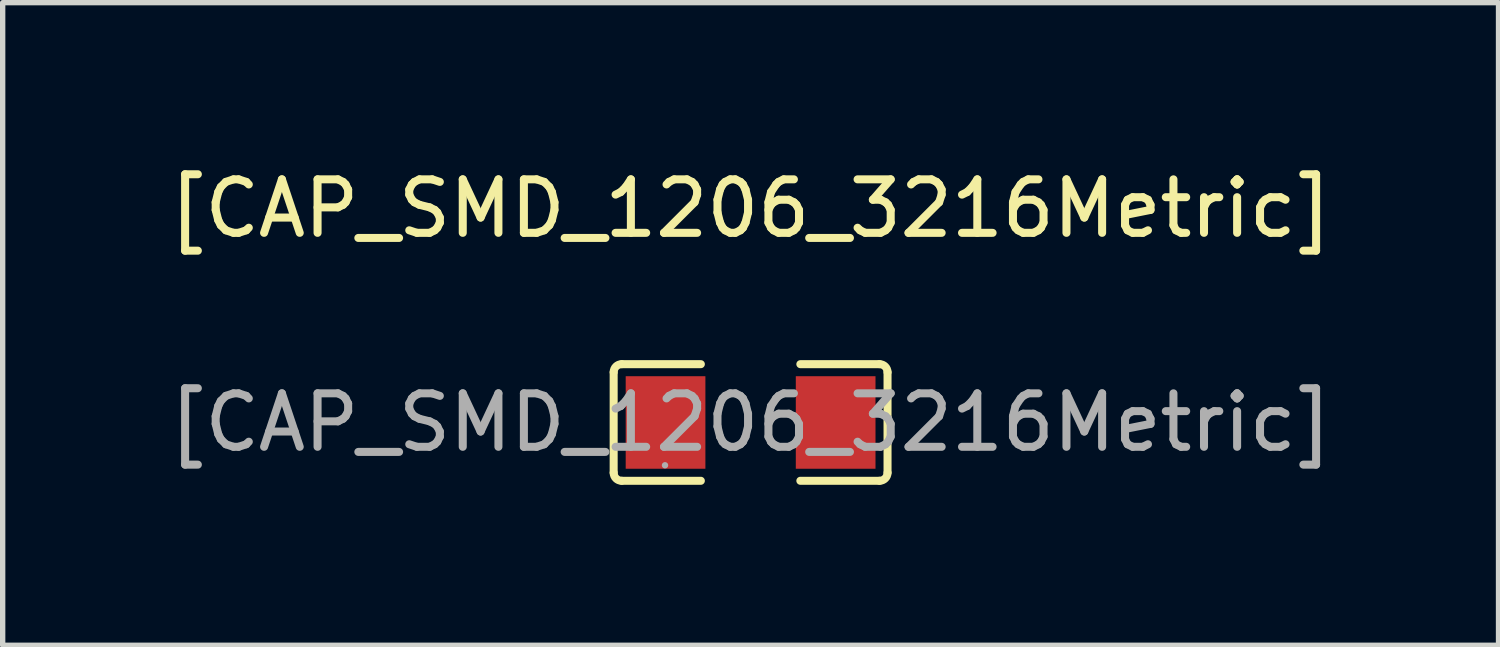
<source format=kicad_pcb>
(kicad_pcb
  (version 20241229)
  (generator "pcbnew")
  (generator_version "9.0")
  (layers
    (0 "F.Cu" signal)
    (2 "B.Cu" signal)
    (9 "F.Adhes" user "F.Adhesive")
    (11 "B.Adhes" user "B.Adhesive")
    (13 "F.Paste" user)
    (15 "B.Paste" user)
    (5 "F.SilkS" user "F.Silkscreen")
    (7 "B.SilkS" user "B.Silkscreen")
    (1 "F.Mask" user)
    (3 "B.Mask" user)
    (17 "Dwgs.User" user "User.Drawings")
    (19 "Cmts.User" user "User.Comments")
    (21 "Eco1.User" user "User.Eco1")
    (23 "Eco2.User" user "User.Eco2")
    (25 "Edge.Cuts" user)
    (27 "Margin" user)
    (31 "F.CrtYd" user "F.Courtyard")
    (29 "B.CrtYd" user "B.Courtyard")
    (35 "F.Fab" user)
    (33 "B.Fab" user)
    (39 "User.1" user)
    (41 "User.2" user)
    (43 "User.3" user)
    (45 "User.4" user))
  (footprint "[CAP_SMD_1206_3216Metric]"
    (layer "F.Cu")
    (at 10.982 4.848)
    (property "Reference" "[CAP_SMD_1206_3216Metric]" (at 0 -4 0) (layer "F.SilkS") (effects (font (size 1 1) (thickness 0.15))))
    (attr smd)
    (fp_line (start -2.56 0.94) (end -2.56 -0.94) (stroke (width 0.15) (type solid)) (layer "F.SilkS"))
    (fp_line (start -2.41 -1.09) (end -0.93 -1.09) (stroke (width 0.15) (type solid)) (layer "F.SilkS"))
    (fp_line (start -0.93 1.09) (end -2.41 1.09) (stroke (width 0.15) (type solid)) (layer "F.SilkS"))
    (fp_line (start 0.93 1.09) (end 2.41 1.09) (stroke (width 0.15) (type solid)) (layer "F.SilkS"))
    (fp_line (start 2.41 -1.09) (end 0.93 -1.09) (stroke (width 0.15) (type solid)) (layer "F.SilkS"))
    (fp_line (start 2.56 0.94) (end 2.56 -0.94) (stroke (width 0.15) (type solid)) (layer "F.SilkS"))
    (fp_arc (start -2.56 -0.94) (mid -2.516066 -1.046066) (end -2.41 -1.09) (stroke (width 0.15) (type solid)) (layer "F.SilkS"))
    (fp_arc (start -2.41 1.09) (mid -2.516066 1.046066) (end -2.56 0.94) (stroke (width 0.15) (type solid)) (layer "F.SilkS"))
    (fp_arc (start 2.41 -1.09) (mid 2.516066 -1.046066) (end 2.56 -0.94) (stroke (width 0.15) (type solid)) (layer "F.SilkS"))
    (fp_arc (start 2.56 0.94) (mid 2.516066 1.046066) (end 2.41 1.09) (stroke (width 0.15) (type solid)) (layer "F.SilkS"))
    (fp_circle (center -1.6 0.8) (end -1.57 0.8) (stroke (width 0.06) (type solid)) (fill no) (layer "F.Fab"))
    (fp_text user "${REFERENCE}" (at 0 0 0) (layer "F.Fab") (effects (font (size 1 1) (thickness 0.15))))
    (pad "1" smd rect (at -1.59 0) (size 1.49 1.73) (layers "F.Cu" "F.Mask" "F.Paste"))
    (pad "2" smd rect (at 1.59 0) (size 1.49 1.73) (layers "F.Cu" "F.Mask" "F.Paste")))
  (gr_rect
    (start -3 -3)
    (end 24.964 9.013)
    (stroke (width 0.1) (type default))
    (fill no)
    (layer "Edge.Cuts")))
</source>
